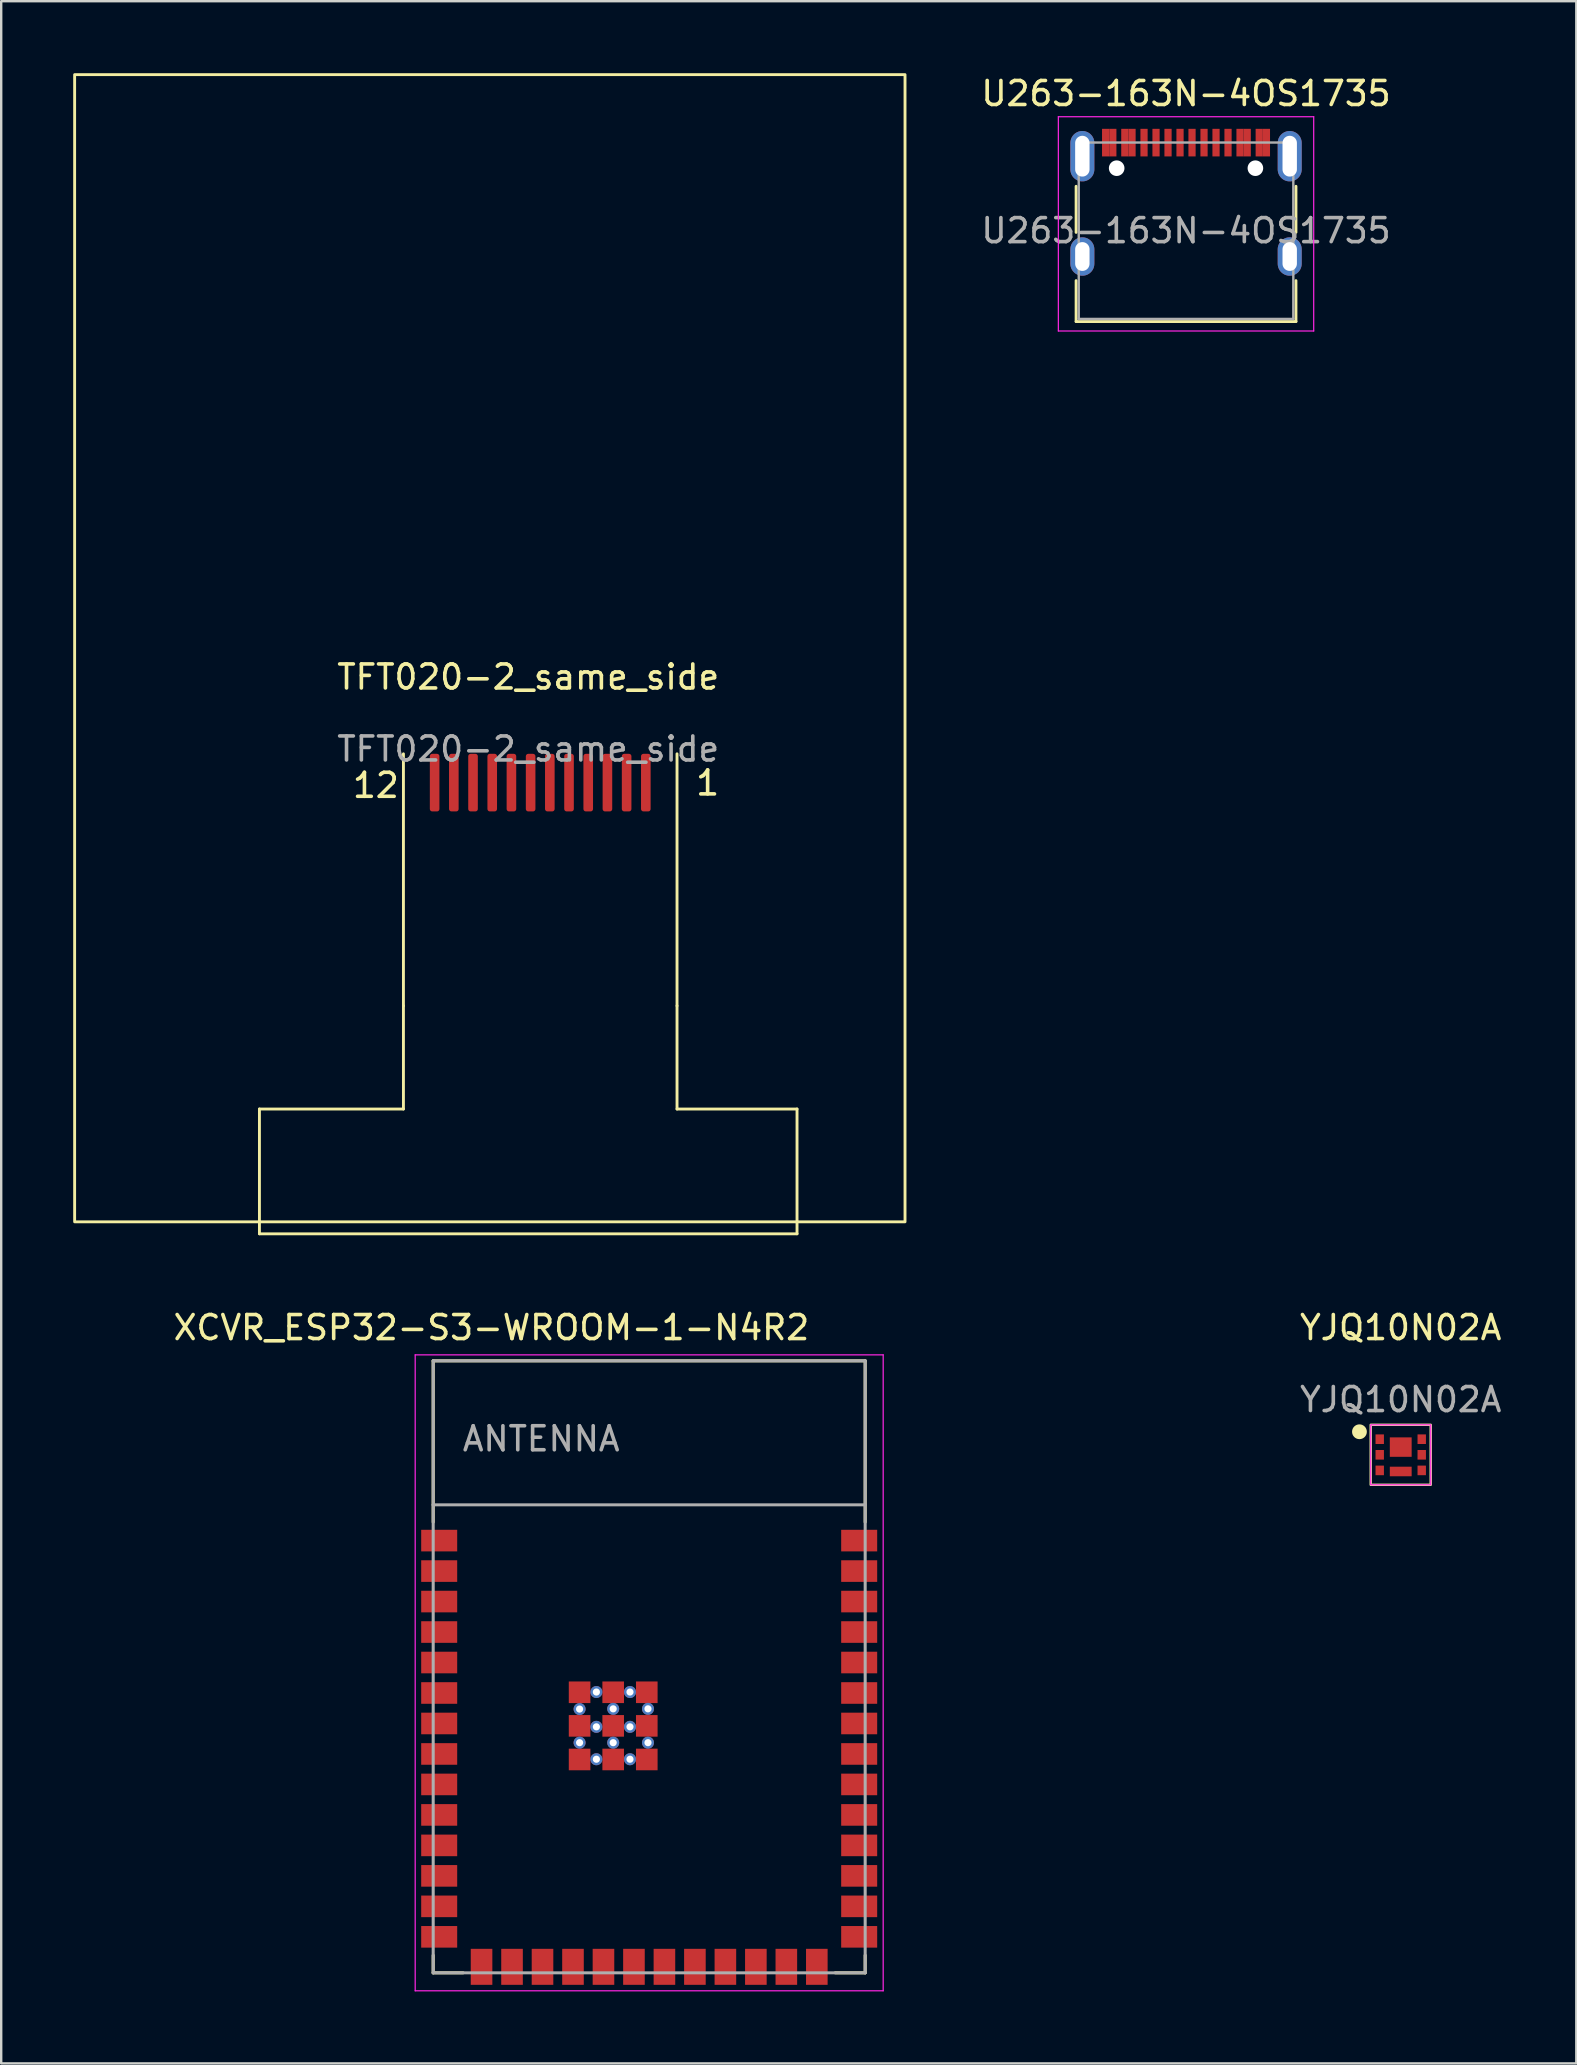
<source format=kicad_pcb>
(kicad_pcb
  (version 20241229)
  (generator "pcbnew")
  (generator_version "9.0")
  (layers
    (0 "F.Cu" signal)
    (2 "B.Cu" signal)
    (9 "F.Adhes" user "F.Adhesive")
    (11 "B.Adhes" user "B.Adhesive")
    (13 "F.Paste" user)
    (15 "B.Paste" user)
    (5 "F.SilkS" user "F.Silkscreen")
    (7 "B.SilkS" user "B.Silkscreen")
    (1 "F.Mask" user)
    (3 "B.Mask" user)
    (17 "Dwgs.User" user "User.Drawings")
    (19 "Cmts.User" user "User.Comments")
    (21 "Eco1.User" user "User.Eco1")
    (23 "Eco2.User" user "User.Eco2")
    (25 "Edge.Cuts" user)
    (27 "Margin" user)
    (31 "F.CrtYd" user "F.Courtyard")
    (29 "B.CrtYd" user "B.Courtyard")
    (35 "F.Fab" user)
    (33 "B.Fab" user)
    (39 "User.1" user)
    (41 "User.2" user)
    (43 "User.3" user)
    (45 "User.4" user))
  (footprint "YJQ10N02A"
    (layer "F.Cu")
    (at 55.315 57.568)
    (property "Reference" "YJQ10N02A" (at 0 -5.3 0) (unlocked yes) (layer "F.SilkS") (effects (font (size 1 1) (thickness 0.15))))
    (attr smd)
    (fp_rect (start -1.25 -1.25) (end 1.25 1.25) (stroke (width 0.1) (type default)) (fill no) (layer "F.SilkS"))
    (fp_circle (center -1.72 -0.96) (end -1.462 -0.96) (stroke (width 0.1) (type solid)) (fill yes) (layer "F.SilkS"))
    (fp_rect (start -1.25 -1.25) (end 1.25 1.25) (stroke (width 0.05) (type default)) (fill no) (layer "F.CrtYd"))
    (fp_text user "${REFERENCE}" (at 0 -2.3 0) (unlocked yes) (layer "F.Fab") (effects (font (size 1 1) (thickness 0.15))))
    (pad "1" smd rect (at -0.875 0.65) (size 0.35 0.4) (layers "F.Cu" "F.Mask" "F.Paste"))
    (pad "2" smd rect (at 0 0.695) (size 0.91 0.399) (layers "F.Cu" "F.Mask" "F.Paste"))
    (pad "2" smd rect (at 0.875 0.65) (size 0.35 0.4) (layers "F.Cu" "F.Mask" "F.Paste"))
    (pad "3" smd rect (at -0.875 -0.65) (size 0.35 0.4) (layers "F.Cu" "F.Mask" "F.Paste"))
    (pad "3" smd rect (at -0.875 0) (size 0.35 0.4) (layers "F.Cu" "F.Mask" "F.Paste"))
    (pad "3" smd rect (at 0 -0.321) (size 0.91 0.81) (layers "F.Cu" "F.Mask" "F.Paste"))
    (pad "3" smd rect (at 0.875 -0.65) (size 0.35 0.4) (layers "F.Cu" "F.Mask" "F.Paste"))
    (pad "3" smd rect (at 0.875 0) (size 0.35 0.4) (layers "F.Cu" "F.Mask" "F.Paste")))
  (footprint "TFT020-2_same_side"
    (layer "F.Cu")
    (at 18.86 25.66)
    (property "Reference" "TFT020-2_same_side" (at 0.1 -0.5 0) (unlocked yes) (layer "F.SilkS") (effects (font (size 1 1) (thickness 0.15))))
    (attr smd)
    (fp_line (start -11.1 17.5) (end -11.1 22.2) (stroke (width 0.12) (type default)) (layer "F.SilkS"))
    (fp_line (start -11.1 22.2) (end -11.1 22.7) (stroke (width 0.12) (type default)) (layer "F.SilkS"))
    (fp_line (start -11.1 22.7) (end 11.3 22.7) (stroke (width 0.12) (type default)) (layer "F.SilkS"))
    (fp_line (start -5.1 13.2) (end -5.1 2.7) (stroke (width 0.12) (type default)) (layer "F.SilkS"))
    (fp_line (start -5.1 13.2) (end -5.1 17.5) (stroke (width 0.12) (type default)) (layer "F.SilkS"))
    (fp_line (start -5.1 17.5) (end -11.1 17.5) (stroke (width 0.12) (type default)) (layer "F.SilkS"))
    (fp_line (start 6.3 13.2) (end 6.3 2.7) (stroke (width 0.12) (type default)) (layer "F.SilkS"))
    (fp_line (start 6.3 13.2) (end 6.3 17.5) (stroke (width 0.12) (type default)) (layer "F.SilkS"))
    (fp_line (start 6.3 17.5) (end 11.3 17.5) (stroke (width 0.12) (type default)) (layer "F.SilkS"))
    (fp_line (start 11.3 17.5) (end 11.3 22.2) (stroke (width 0.12) (type default)) (layer "F.SilkS"))
    (fp_line (start 11.3 22.7) (end 11.3 22.2) (stroke (width 0.12) (type default)) (layer "F.SilkS"))
    (fp_rect (start -18.8 -25.6) (end 15.8 22.2) (stroke (width 0.12) (type default)) (fill no) (layer "F.SilkS"))
    (fp_text user "12" (at -7.3 4.6 0) (unlocked yes) (layer "F.SilkS") (effects (font (size 1 1) (thickness 0.15)) (justify left bottom)))
    (fp_text user "1" (at 7 4.5 0) (unlocked yes) (layer "F.SilkS") (effects (font (size 1 1) (thickness 0.15)) (justify left bottom)))
    (fp_text user "${REFERENCE}" (at 0.1 2.5 0) (unlocked yes) (layer "F.Fab") (effects (font (size 1 1) (thickness 0.15))))
    (pad "1" smd roundrect (at 5 3.9 180) (size 0.4 2.4) (layers "F.Cu" "F.Mask") (roundrect_rratio 0.25))
    (pad "2" smd roundrect (at 4.2 3.9 180) (size 0.4 2.4) (layers "F.Cu" "F.Mask") (roundrect_rratio 0.25))
    (pad "3" smd roundrect (at 3.4 3.9 180) (size 0.4 2.4) (layers "F.Cu" "F.Mask") (roundrect_rratio 0.25))
    (pad "4" smd roundrect (at 2.6 3.9 180) (size 0.4 2.4) (layers "F.Cu" "F.Mask") (roundrect_rratio 0.25))
    (pad "5" smd roundrect (at 1.8 3.9 180) (size 0.4 2.4) (layers "F.Cu" "F.Mask") (roundrect_rratio 0.25))
    (pad "6" smd roundrect (at 1 3.9 180) (size 0.4 2.4) (layers "F.Cu" "F.Mask") (roundrect_rratio 0.25))
    (pad "7" smd roundrect (at 0.2 3.9 180) (size 0.4 2.4) (layers "F.Cu" "F.Mask") (roundrect_rratio 0.25))
    (pad "8" smd roundrect (at -0.6 3.9 180) (size 0.4 2.4) (layers "F.Cu" "F.Mask") (roundrect_rratio 0.25))
    (pad "9" smd roundrect (at -1.4 3.9 180) (size 0.4 2.4) (layers "F.Cu" "F.Mask") (roundrect_rratio 0.25))
    (pad "10" smd roundrect (at -2.2 3.9 180) (size 0.4 2.4) (layers "F.Cu" "F.Mask") (roundrect_rratio 0.25))
    (pad "11" smd roundrect (at -3 3.9 180) (size 0.4 2.4) (layers "F.Cu" "F.Mask") (roundrect_rratio 0.25))
    (pad "12" smd roundrect (at -3.8 3.9 180) (size 0.4 2.4) (layers "F.Cu" "F.Mask") (roundrect_rratio 0.25)))
  (footprint "XCVR_ESP32-S3-WROOM-1-N4R2"
    (layer "F.Cu")
    (at 24 66.403)
    (property "Reference" "XCVR_ESP32-S3-WROOM-1-N4R2" (at -6.575 -14.135 0) (layer "F.SilkS") (effects (font (size 1 1) (thickness 0.15))))
    (attr smd)
    (fp_line (start -9 -12.75) (end 9 -12.75) (stroke (width 0.127) (type solid)) (layer "F.SilkS"))
    (fp_line (start -9 -6.03) (end -9 -12.75) (stroke (width 0.127) (type solid)) (layer "F.SilkS"))
    (fp_line (start -9 12.02) (end -9 12.75) (stroke (width 0.127) (type solid)) (layer "F.SilkS"))
    (fp_line (start -9 12.75) (end -7.755 12.75) (stroke (width 0.127) (type solid)) (layer "F.SilkS"))
    (fp_line (start 9 -12.75) (end 9 -6.03) (stroke (width 0.127) (type solid)) (layer "F.SilkS"))
    (fp_line (start 9 12.02) (end 9 12.75) (stroke (width 0.127) (type solid)) (layer "F.SilkS"))
    (fp_line (start 9 12.75) (end 7.755 12.75) (stroke (width 0.127) (type solid)) (layer "F.SilkS"))
    (fp_line (start -9.75 -13) (end 9.75 -13) (stroke (width 0.05) (type solid)) (layer "F.CrtYd"))
    (fp_line (start -9.75 13.5) (end -9.75 -13) (stroke (width 0.05) (type solid)) (layer "F.CrtYd"))
    (fp_line (start -9.75 13.5) (end 9.75 13.5) (stroke (width 0.05) (type solid)) (layer "F.CrtYd"))
    (fp_line (start 9.75 -13) (end 9.75 13.5) (stroke (width 0.05) (type solid)) (layer "F.CrtYd"))
    (fp_line (start -9 -12.75) (end 9 -12.75) (stroke (width 0.127) (type solid)) (layer "F.Fab"))
    (fp_line (start -9 -6.75) (end -9 -12.75) (stroke (width 0.127) (type solid)) (layer "F.Fab"))
    (fp_line (start -9 -6.75) (end 9 -6.75) (stroke (width 0.127) (type solid)) (layer "F.Fab"))
    (fp_line (start -9 12.75) (end -9 -6.75) (stroke (width 0.127) (type solid)) (layer "F.Fab"))
    (fp_line (start 9 -12.75) (end 9 -6.75) (stroke (width 0.127) (type solid)) (layer "F.Fab"))
    (fp_line (start 9 -6.75) (end 9 12.75) (stroke (width 0.127) (type solid)) (layer "F.Fab"))
    (fp_line (start 9 12.75) (end -9 12.75) (stroke (width 0.127) (type solid)) (layer "F.Fab"))
    (fp_text user "ANTENNA" (at -4.5 -9.5 0) (layer "F.Fab") (effects (font (size 1 1) (thickness 0.15))))
    (pad "1" smd rect (at -8.75 -5.26) (size 1.5 0.9) (layers "F.Cu" "F.Mask" "F.Paste"))
    (pad "2" smd rect (at -8.75 -3.99) (size 1.5 0.9) (layers "F.Cu" "F.Mask" "F.Paste"))
    (pad "3" smd rect (at -8.75 -2.72) (size 1.5 0.9) (layers "F.Cu" "F.Mask" "F.Paste"))
    (pad "4" smd rect (at -8.75 -1.45) (size 1.5 0.9) (layers "F.Cu" "F.Mask" "F.Paste"))
    (pad "5" smd rect (at -8.75 -0.18) (size 1.5 0.9) (layers "F.Cu" "F.Mask" "F.Paste"))
    (pad "6" smd rect (at -8.75 1.09) (size 1.5 0.9) (layers "F.Cu" "F.Mask" "F.Paste"))
    (pad "7" smd rect (at -8.75 2.36) (size 1.5 0.9) (layers "F.Cu" "F.Mask" "F.Paste"))
    (pad "8" smd rect (at -8.75 3.63) (size 1.5 0.9) (layers "F.Cu" "F.Mask" "F.Paste"))
    (pad "9" smd rect (at -8.75 4.9) (size 1.5 0.9) (layers "F.Cu" "F.Mask" "F.Paste"))
    (pad "10" smd rect (at -8.75 6.17) (size 1.5 0.9) (layers "F.Cu" "F.Mask" "F.Paste"))
    (pad "11" smd rect (at -8.75 7.44) (size 1.5 0.9) (layers "F.Cu" "F.Mask" "F.Paste"))
    (pad "12" smd rect (at -8.75 8.71) (size 1.5 0.9) (layers "F.Cu" "F.Mask" "F.Paste"))
    (pad "13" smd rect (at -8.75 9.98) (size 1.5 0.9) (layers "F.Cu" "F.Mask" "F.Paste"))
    (pad "14" smd rect (at -8.75 11.25) (size 1.5 0.9) (layers "F.Cu" "F.Mask" "F.Paste"))
    (pad "15" smd rect (at -6.985 12.5) (size 0.9 1.5) (layers "F.Cu" "F.Mask" "F.Paste"))
    (pad "16" smd rect (at -5.715 12.5) (size 0.9 1.5) (layers "F.Cu" "F.Mask" "F.Paste"))
    (pad "17" smd rect (at -4.445 12.5) (size 0.9 1.5) (layers "F.Cu" "F.Mask" "F.Paste"))
    (pad "18" smd rect (at -3.175 12.5) (size 0.9 1.5) (layers "F.Cu" "F.Mask" "F.Paste"))
    (pad "19" smd rect (at -1.905 12.5) (size 0.9 1.5) (layers "F.Cu" "F.Mask" "F.Paste"))
    (pad "20" smd rect (at -0.635 12.5) (size 0.9 1.5) (layers "F.Cu" "F.Mask" "F.Paste"))
    (pad "21" smd rect (at 0.635 12.5) (size 0.9 1.5) (layers "F.Cu" "F.Mask" "F.Paste"))
    (pad "22" smd rect (at 1.905 12.5) (size 0.9 1.5) (layers "F.Cu" "F.Mask" "F.Paste"))
    (pad "23" smd rect (at 3.175 12.5) (size 0.9 1.5) (layers "F.Cu" "F.Mask" "F.Paste"))
    (pad "24" smd rect (at 4.445 12.5) (size 0.9 1.5) (layers "F.Cu" "F.Mask" "F.Paste"))
    (pad "25" smd rect (at 5.715 12.5) (size 0.9 1.5) (layers "F.Cu" "F.Mask" "F.Paste"))
    (pad "26" smd rect (at 6.985 12.5) (size 0.9 1.5) (layers "F.Cu" "F.Mask" "F.Paste"))
    (pad "27" smd rect (at 8.75 11.25) (size 1.5 0.9) (layers "F.Cu" "F.Mask" "F.Paste"))
    (pad "28" smd rect (at 8.75 9.98) (size 1.5 0.9) (layers "F.Cu" "F.Mask" "F.Paste"))
    (pad "29" smd rect (at 8.75 8.71) (size 1.5 0.9) (layers "F.Cu" "F.Mask" "F.Paste"))
    (pad "30" smd rect (at 8.75 7.44) (size 1.5 0.9) (layers "F.Cu" "F.Mask" "F.Paste"))
    (pad "31" smd rect (at 8.75 6.17) (size 1.5 0.9) (layers "F.Cu" "F.Mask" "F.Paste"))
    (pad "32" smd rect (at 8.75 4.9) (size 1.5 0.9) (layers "F.Cu" "F.Mask" "F.Paste"))
    (pad "33" smd rect (at 8.75 3.63) (size 1.5 0.9) (layers "F.Cu" "F.Mask" "F.Paste"))
    (pad "34" smd rect (at 8.75 2.36) (size 1.5 0.9) (layers "F.Cu" "F.Mask" "F.Paste"))
    (pad "35" smd rect (at 8.75 1.09) (size 1.5 0.9) (layers "F.Cu" "F.Mask" "F.Paste"))
    (pad "36" smd rect (at 8.75 -0.18) (size 1.5 0.9) (layers "F.Cu" "F.Mask" "F.Paste"))
    (pad "37" smd rect (at 8.75 -1.45) (size 1.5 0.9) (layers "F.Cu" "F.Mask" "F.Paste"))
    (pad "38" smd rect (at 8.75 -2.72) (size 1.5 0.9) (layers "F.Cu" "F.Mask" "F.Paste"))
    (pad "39" smd rect (at 8.75 -3.99) (size 1.5 0.9) (layers "F.Cu" "F.Mask" "F.Paste"))
    (pad "40" smd rect (at 8.75 -5.26) (size 1.5 0.9) (layers "F.Cu" "F.Mask" "F.Paste"))
    (pad "41_1" thru_hole circle (at -2.9 1.76) (size 0.5 0.5) (drill 0.3) (layers "*.Cu"))
    (pad "41_1" thru_hole circle (at -2.9 3.16) (size 0.5 0.5) (drill 0.3) (layers "*.Cu"))
    (pad "41_1" thru_hole circle (at -2.2 1.05) (size 0.5 0.5) (drill 0.3) (layers "*.Cu"))
    (pad "41_1" thru_hole circle (at -2.2 2.5) (size 0.5 0.5) (drill 0.3) (layers "*.Cu"))
    (pad "41_1" thru_hole circle (at -2.2 3.85) (size 0.5 0.5) (drill 0.3) (layers "*.Cu"))
    (pad "41_1" thru_hole circle (at -1.5 1.75) (size 0.5 0.5) (drill 0.3) (layers "*.Cu"))
    (pad "41_1" smd rect (at -1.5 2.46) (size 0.9 0.9) (layers "F.Cu" "F.Mask" "F.Paste"))
    (pad "41_1" thru_hole circle (at -1.5 3.16) (size 0.5 0.5) (drill 0.3) (layers "*.Cu"))
    (pad "41_1" thru_hole circle (at -0.8 1.05) (size 0.5 0.5) (drill 0.3) (layers "*.Cu"))
    (pad "41_1" thru_hole circle (at -0.8 2.5) (size 0.5 0.5) (drill 0.3) (layers "*.Cu"))
    (pad "41_1" thru_hole circle (at -0.8 3.85) (size 0.5 0.5) (drill 0.3) (layers "*.Cu"))
    (pad "41_1" thru_hole circle (at -0.05 1.75) (size 0.5 0.5) (drill 0.3) (layers "*.Cu"))
    (pad "41_1" thru_hole circle (at -0.05 3.16) (size 0.5 0.5) (drill 0.3) (layers "*.Cu"))
    (pad "41_2" smd rect (at -2.9 2.46) (size 0.9 0.9) (layers "F.Cu" "F.Mask" "F.Paste"))
    (pad "41_3" smd rect (at -0.1 2.46) (size 0.9 0.9) (layers "F.Cu" "F.Mask" "F.Paste"))
    (pad "41_4" smd rect (at -2.9 3.86) (size 0.9 0.9) (layers "F.Cu" "F.Mask" "F.Paste"))
    (pad "41_5" smd rect (at -1.5 3.86) (size 0.9 0.9) (layers "F.Cu" "F.Mask" "F.Paste"))
    (pad "41_6" smd rect (at -0.1 3.86) (size 0.9 0.9) (layers "F.Cu" "F.Mask" "F.Paste"))
    (pad "41_7" smd rect (at -2.9 1.06) (size 0.9 0.9) (layers "F.Cu" "F.Mask" "F.Paste"))
    (pad "41_8" smd rect (at -1.5 1.06) (size 0.9 0.9) (layers "F.Cu" "F.Mask" "F.Paste"))
    (pad "41_9" smd rect (at -0.1 1.06) (size 0.9 0.9) (layers "F.Cu" "F.Mask" "F.Paste"))
    (zone (net_name "") (layers "F.Cu" "B.Cu") (hatch edge 0.5) (connect_pads) (min_thickness 0.25) (filled_areas_thickness no) (keepout (tracks not_allowed) (vias not_allowed) (pads not_allowed) (copperpour not_allowed) (footprints allowed)) (placement (enabled no)) (fill) (polygon (pts (xy 48 53.653) (xy 48 59.603) (xy 0 59.703) (xy 0 53.653)))))
  (footprint "U263-163N-4OS1735"
    (layer "F.Cu")
    (at 46.369 6.563)
    (property "Reference" "U263-163N-4OS1735" (at 0 -5.715 0) (layer "F.SilkS") (effects (font (size 1 1) (thickness 0.15))))
    (attr smd)
    (fp_line (start -4.58 -1.85) (end -4.58 0.07) (stroke (width 0.12) (type solid)) (layer "F.SilkS"))
    (fp_line (start -4.58 3.785) (end -4.58 2.08) (stroke (width 0.12) (type solid)) (layer "F.SilkS"))
    (fp_line (start 4.58 0.07) (end 4.58 -1.85) (stroke (width 0.12) (type solid)) (layer "F.SilkS"))
    (fp_line (start 4.58 2.08) (end 4.58 3.785) (stroke (width 0.12) (type solid)) (layer "F.SilkS"))
    (fp_line (start 4.58 3.785) (end -4.58 3.785) (stroke (width 0.12) (type solid)) (layer "F.SilkS"))
    (fp_line (start -5.32 -4.75) (end 5.32 -4.75) (stroke (width 0.05) (type solid)) (layer "F.CrtYd"))
    (fp_line (start -5.32 4.18) (end -5.32 -4.75) (stroke (width 0.05) (type solid)) (layer "F.CrtYd"))
    (fp_line (start 5.32 -4.75) (end 5.32 4.18) (stroke (width 0.05) (type solid)) (layer "F.CrtYd"))
    (fp_line (start 5.32 4.18) (end -5.32 4.18) (stroke (width 0.05) (type solid)) (layer "F.CrtYd"))
    (fp_line (start -4.47 -3.675) (end -4.47 3.675) (stroke (width 0.1) (type solid)) (layer "F.Fab"))
    (fp_line (start -4.47 -3.675) (end 4.47 -3.675) (stroke (width 0.1) (type solid)) (layer "F.Fab"))
    (fp_line (start -4.47 3.675) (end 4.47 3.675) (stroke (width 0.1) (type solid)) (layer "F.Fab"))
    (fp_line (start 4.47 3.675) (end 4.47 -3.675) (stroke (width 0.1) (type solid)) (layer "F.Fab"))
    (fp_text user "${REFERENCE}" (at 0 0 0) (layer "F.Fab") (effects (font (size 1 1) (thickness 0.15))))
    (pad "" np_thru_hole circle (at -2.89 -2.605) (size 0.65 0.65) (drill 0.65) (layers "*.Cu" "*.Mask"))
    (pad "" np_thru_hole circle (at 2.89 -2.605) (size 0.65 0.65) (drill 0.65) (layers "*.Cu" "*.Mask"))
    (pad "A1" smd rect (at -3.35 -3.67) (size 0.3 1.15) (layers "F.Cu" "F.Mask" "F.Paste"))
    (pad "A4" smd rect (at -2.55 -3.67) (size 0.3 1.15) (layers "F.Cu" "F.Mask" "F.Paste"))
    (pad "A5" smd rect (at -1.25 -3.67) (size 0.3 1.15) (layers "F.Cu" "F.Mask" "F.Paste"))
    (pad "A6" smd rect (at -0.25 -3.67) (size 0.3 1.15) (layers "F.Cu" "F.Mask" "F.Paste"))
    (pad "A7" smd rect (at 0.25 -3.67) (size 0.3 1.15) (layers "F.Cu" "F.Mask" "F.Paste"))
    (pad "A8" smd rect (at 1.25 -3.67) (size 0.3 1.15) (layers "F.Cu" "F.Mask" "F.Paste"))
    (pad "A9" smd rect (at 2.55 -3.67) (size 0.3 1.15) (layers "F.Cu" "F.Mask" "F.Paste"))
    (pad "A12" smd rect (at 3.35 -3.67) (size 0.3 1.15) (layers "F.Cu" "F.Mask" "F.Paste"))
    (pad "B1" smd rect (at 3.05 -3.67) (size 0.3 1.15) (layers "F.Cu" "F.Mask" "F.Paste"))
    (pad "B4" smd rect (at 2.25 -3.67) (size 0.3 1.15) (layers "F.Cu" "F.Mask" "F.Paste"))
    (pad "B5" smd rect (at 1.75 -3.67) (size 0.3 1.15) (layers "F.Cu" "F.Mask" "F.Paste"))
    (pad "B6" smd rect (at 0.75 -3.67) (size 0.3 1.15) (layers "F.Cu" "F.Mask" "F.Paste"))
    (pad "B7" smd rect (at -0.75 -3.67) (size 0.3 1.15) (layers "F.Cu" "F.Mask" "F.Paste"))
    (pad "B8" smd rect (at -1.75 -3.67) (size 0.3 1.15) (layers "F.Cu" "F.Mask" "F.Paste"))
    (pad "B9" smd rect (at -2.25 -3.67) (size 0.3 1.15) (layers "F.Cu" "F.Mask" "F.Paste"))
    (pad "B12" smd rect (at -3.05 -3.67) (size 0.3 1.15) (layers "F.Cu" "F.Mask" "F.Paste"))
    (pad "S1" thru_hole oval (at -4.32 -3.105) (size 1 2.1) (drill oval 0.6 1.7) (layers "*.Cu" "*.Mask"))
    (pad "S1" thru_hole oval (at -4.32 1.075) (size 1 1.6) (drill oval 0.6 1.2) (layers "*.Cu" "*.Mask"))
    (pad "S1" thru_hole oval (at 4.32 -3.105) (size 1 2.1) (drill oval 0.6 1.7) (layers "*.Cu" "*.Mask"))
    (pad "S1" thru_hole oval (at 4.32 1.075) (size 1 1.6) (drill oval 0.6 1.2) (layers "*.Cu" "*.Mask")))
  (gr_rect
    (start -3 -3)
    (end 62.631 82.928)
    (stroke (width 0.1) (type default))
    (fill no)
    (layer "Edge.Cuts")))
</source>
